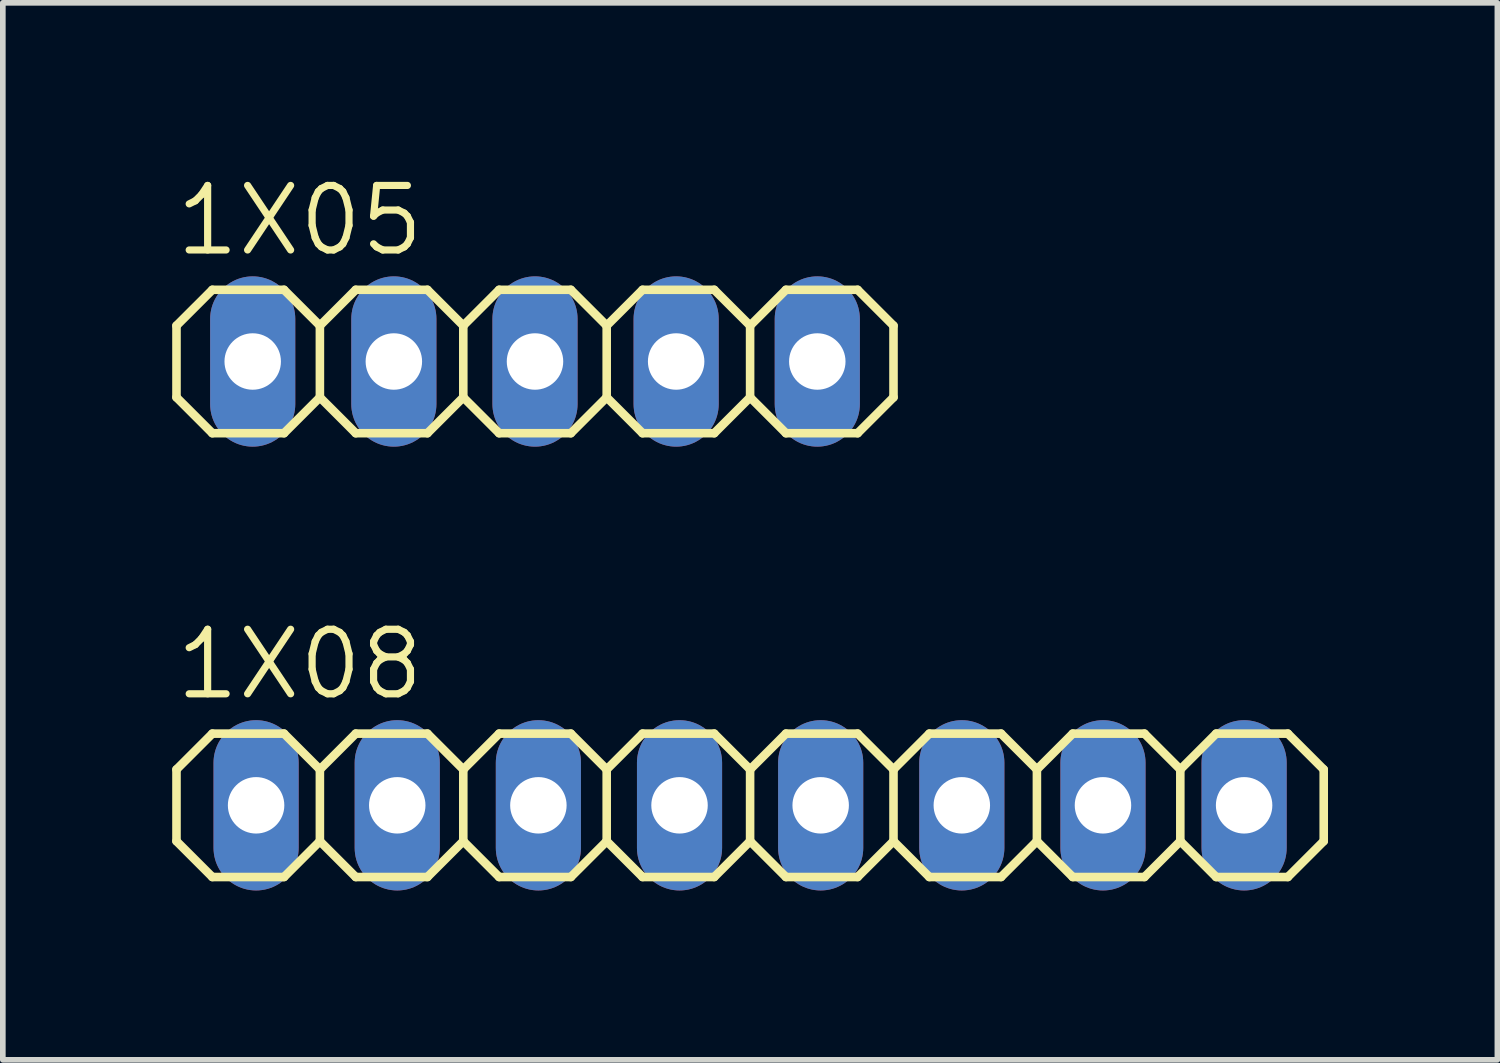
<source format=kicad_pcb>
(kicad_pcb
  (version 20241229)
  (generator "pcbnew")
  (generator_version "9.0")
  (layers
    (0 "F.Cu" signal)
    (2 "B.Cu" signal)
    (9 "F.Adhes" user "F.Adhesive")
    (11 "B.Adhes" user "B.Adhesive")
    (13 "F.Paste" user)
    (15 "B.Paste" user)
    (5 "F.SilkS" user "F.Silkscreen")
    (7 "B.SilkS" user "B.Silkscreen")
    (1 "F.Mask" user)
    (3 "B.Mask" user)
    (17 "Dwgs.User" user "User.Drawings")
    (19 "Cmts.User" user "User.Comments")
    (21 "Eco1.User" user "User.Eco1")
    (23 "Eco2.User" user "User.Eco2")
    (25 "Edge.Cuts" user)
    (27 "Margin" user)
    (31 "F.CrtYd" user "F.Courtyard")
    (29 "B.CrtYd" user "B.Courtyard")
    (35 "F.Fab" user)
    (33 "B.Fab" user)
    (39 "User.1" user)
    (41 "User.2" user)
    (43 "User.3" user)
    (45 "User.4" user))
  (footprint "1X05"
    (layer "F.Cu")
    (at 6.426 3.353)
    (property "Reference" "1X05" (at -6.426 -1.829 0) (layer "F.SilkS") (effects (font (size 1.143 1.143) (thickness 0.127)) (justify left bottom)))
    (fp_line (start -6.35 -0.635) (end -6.35 0.635) (stroke (width 0.152) (type solid)) (layer "F.SilkS"))
    (fp_line (start -6.35 0.635) (end -5.715 1.27) (stroke (width 0.152) (type solid)) (layer "F.SilkS"))
    (fp_line (start -5.715 -1.27) (end -6.35 -0.635) (stroke (width 0.152) (type solid)) (layer "F.SilkS"))
    (fp_line (start -5.715 -1.27) (end -4.445 -1.27) (stroke (width 0.152) (type solid)) (layer "F.SilkS"))
    (fp_line (start -4.445 -1.27) (end -3.81 -0.635) (stroke (width 0.152) (type solid)) (layer "F.SilkS"))
    (fp_line (start -4.445 1.27) (end -5.715 1.27) (stroke (width 0.152) (type solid)) (layer "F.SilkS"))
    (fp_line (start -3.81 -0.635) (end -3.81 0.635) (stroke (width 0.152) (type solid)) (layer "F.SilkS"))
    (fp_line (start -3.81 -0.635) (end -3.175 -1.27) (stroke (width 0.152) (type solid)) (layer "F.SilkS"))
    (fp_line (start -3.81 0.635) (end -4.445 1.27) (stroke (width 0.152) (type solid)) (layer "F.SilkS"))
    (fp_line (start -3.175 -1.27) (end -1.905 -1.27) (stroke (width 0.152) (type solid)) (layer "F.SilkS"))
    (fp_line (start -3.175 1.27) (end -3.81 0.635) (stroke (width 0.152) (type solid)) (layer "F.SilkS"))
    (fp_line (start -1.905 -1.27) (end -1.27 -0.635) (stroke (width 0.152) (type solid)) (layer "F.SilkS"))
    (fp_line (start -1.905 1.27) (end -3.175 1.27) (stroke (width 0.152) (type solid)) (layer "F.SilkS"))
    (fp_line (start -1.27 -0.635) (end -1.27 0.635) (stroke (width 0.152) (type solid)) (layer "F.SilkS"))
    (fp_line (start -1.27 -0.635) (end -0.635 -1.27) (stroke (width 0.152) (type solid)) (layer "F.SilkS"))
    (fp_line (start -1.27 0.635) (end -1.905 1.27) (stroke (width 0.152) (type solid)) (layer "F.SilkS"))
    (fp_line (start -0.635 -1.27) (end 0.635 -1.27) (stroke (width 0.152) (type solid)) (layer "F.SilkS"))
    (fp_line (start -0.635 1.27) (end -1.27 0.635) (stroke (width 0.152) (type solid)) (layer "F.SilkS"))
    (fp_line (start 0.635 -1.27) (end 1.27 -0.635) (stroke (width 0.152) (type solid)) (layer "F.SilkS"))
    (fp_line (start 0.635 1.27) (end -0.635 1.27) (stroke (width 0.152) (type solid)) (layer "F.SilkS"))
    (fp_line (start 1.27 -0.635) (end 1.27 0.635) (stroke (width 0.152) (type solid)) (layer "F.SilkS"))
    (fp_line (start 1.27 0.635) (end 0.635 1.27) (stroke (width 0.152) (type solid)) (layer "F.SilkS"))
    (fp_line (start 1.27 0.635) (end 1.905 1.27) (stroke (width 0.152) (type solid)) (layer "F.SilkS"))
    (fp_line (start 1.905 -1.27) (end 1.27 -0.635) (stroke (width 0.152) (type solid)) (layer "F.SilkS"))
    (fp_line (start 1.905 -1.27) (end 3.175 -1.27) (stroke (width 0.152) (type solid)) (layer "F.SilkS"))
    (fp_line (start 3.175 -1.27) (end 3.81 -0.635) (stroke (width 0.152) (type solid)) (layer "F.SilkS"))
    (fp_line (start 3.175 1.27) (end 1.905 1.27) (stroke (width 0.152) (type solid)) (layer "F.SilkS"))
    (fp_line (start 3.81 -0.635) (end 3.81 0.635) (stroke (width 0.152) (type solid)) (layer "F.SilkS"))
    (fp_line (start 3.81 0.635) (end 3.175 1.27) (stroke (width 0.152) (type solid)) (layer "F.SilkS"))
    (fp_line (start 3.81 0.635) (end 4.445 1.27) (stroke (width 0.152) (type solid)) (layer "F.SilkS"))
    (fp_line (start 4.445 -1.27) (end 3.81 -0.635) (stroke (width 0.152) (type solid)) (layer "F.SilkS"))
    (fp_line (start 4.445 -1.27) (end 5.715 -1.27) (stroke (width 0.152) (type solid)) (layer "F.SilkS"))
    (fp_line (start 5.715 -1.27) (end 6.35 -0.635) (stroke (width 0.152) (type solid)) (layer "F.SilkS"))
    (fp_line (start 5.715 1.27) (end 4.445 1.27) (stroke (width 0.152) (type solid)) (layer "F.SilkS"))
    (fp_line (start 6.35 -0.635) (end 6.35 0.635) (stroke (width 0.152) (type solid)) (layer "F.SilkS"))
    (fp_line (start 6.35 0.635) (end 5.715 1.27) (stroke (width 0.152) (type solid)) (layer "F.SilkS"))
    (fp_poly (pts (xy -5.25 0.25) (xy -4.75 0.25) (xy -4.75 -0.25) (xy -5.25 -0.25)) (stroke (width 0.1) (type solid)) (fill no) (layer "F.Fab"))
    (fp_poly (pts (xy -2.75 0.25) (xy -2.25 0.25) (xy -2.25 -0.25) (xy -2.75 -0.25)) (stroke (width 0.1) (type solid)) (fill no) (layer "F.Fab"))
    (fp_poly (pts (xy -0.254 0.254) (xy 0.254 0.254) (xy 0.254 -0.254) (xy -0.254 -0.254)) (stroke (width 0.1) (type solid)) (fill no) (layer "F.Fab"))
    (fp_poly (pts (xy 2.25 0.25) (xy 2.75 0.25) (xy 2.75 -0.25) (xy 2.25 -0.25)) (stroke (width 0.1) (type solid)) (fill no) (layer "F.Fab"))
    (fp_poly (pts (xy 4.75 0.25) (xy 5.25 0.25) (xy 5.25 -0.25) (xy 4.75 -0.25)) (stroke (width 0.1) (type solid)) (fill no) (layer "F.Fab"))
    (pad "1" thru_hole oval (at -5 0 90) (size 3.016 1.508) (drill 1) (layers "*.Cu" "*.Mask"))
    (pad "2" thru_hole oval (at -2.5 0 90) (size 3.016 1.508) (drill 1) (layers "*.Cu" "*.Mask"))
    (pad "3" thru_hole oval (at 0 0 90) (size 3.016 1.508) (drill 1) (layers "*.Cu" "*.Mask"))
    (pad "4" thru_hole oval (at 2.5 0 90) (size 3.016 1.508) (drill 1) (layers "*.Cu" "*.Mask"))
    (pad "5" thru_hole oval (at 5 0 90) (size 3.016 1.508) (drill 1) (layers "*.Cu" "*.Mask")))
  (footprint "1X08"
    (layer "F.Cu")
    (at 10.236 11.214)
    (property "Reference" "1X08" (at -10.236 -1.829 0) (layer "F.SilkS") (effects (font (size 1.143 1.143) (thickness 0.127)) (justify left bottom)))
    (fp_line (start -10.16 -0.635) (end -10.16 0.635) (stroke (width 0.152) (type solid)) (layer "F.SilkS"))
    (fp_line (start -10.16 0.635) (end -9.525 1.27) (stroke (width 0.152) (type solid)) (layer "F.SilkS"))
    (fp_line (start -9.525 -1.27) (end -10.16 -0.635) (stroke (width 0.152) (type solid)) (layer "F.SilkS"))
    (fp_line (start -9.525 -1.27) (end -8.255 -1.27) (stroke (width 0.152) (type solid)) (layer "F.SilkS"))
    (fp_line (start -8.255 -1.27) (end -7.62 -0.635) (stroke (width 0.152) (type solid)) (layer "F.SilkS"))
    (fp_line (start -8.255 1.27) (end -9.525 1.27) (stroke (width 0.152) (type solid)) (layer "F.SilkS"))
    (fp_line (start -7.62 -0.635) (end -7.62 0.635) (stroke (width 0.152) (type solid)) (layer "F.SilkS"))
    (fp_line (start -7.62 -0.635) (end -6.985 -1.27) (stroke (width 0.152) (type solid)) (layer "F.SilkS"))
    (fp_line (start -7.62 0.635) (end -8.255 1.27) (stroke (width 0.152) (type solid)) (layer "F.SilkS"))
    (fp_line (start -6.985 -1.27) (end -5.715 -1.27) (stroke (width 0.152) (type solid)) (layer "F.SilkS"))
    (fp_line (start -6.985 1.27) (end -7.62 0.635) (stroke (width 0.152) (type solid)) (layer "F.SilkS"))
    (fp_line (start -5.715 -1.27) (end -5.08 -0.635) (stroke (width 0.152) (type solid)) (layer "F.SilkS"))
    (fp_line (start -5.715 1.27) (end -6.985 1.27) (stroke (width 0.152) (type solid)) (layer "F.SilkS"))
    (fp_line (start -5.08 -0.635) (end -5.08 0.635) (stroke (width 0.152) (type solid)) (layer "F.SilkS"))
    (fp_line (start -5.08 -0.635) (end -4.445 -1.27) (stroke (width 0.152) (type solid)) (layer "F.SilkS"))
    (fp_line (start -5.08 0.635) (end -5.715 1.27) (stroke (width 0.152) (type solid)) (layer "F.SilkS"))
    (fp_line (start -4.445 -1.27) (end -3.175 -1.27) (stroke (width 0.152) (type solid)) (layer "F.SilkS"))
    (fp_line (start -4.445 1.27) (end -5.08 0.635) (stroke (width 0.152) (type solid)) (layer "F.SilkS"))
    (fp_line (start -3.175 -1.27) (end -2.54 -0.635) (stroke (width 0.152) (type solid)) (layer "F.SilkS"))
    (fp_line (start -3.175 1.27) (end -4.445 1.27) (stroke (width 0.152) (type solid)) (layer "F.SilkS"))
    (fp_line (start -2.54 -0.635) (end -2.54 0.635) (stroke (width 0.152) (type solid)) (layer "F.SilkS"))
    (fp_line (start -2.54 0.635) (end -3.175 1.27) (stroke (width 0.152) (type solid)) (layer "F.SilkS"))
    (fp_line (start -2.54 0.635) (end -1.905 1.27) (stroke (width 0.152) (type solid)) (layer "F.SilkS"))
    (fp_line (start -1.905 -1.27) (end -2.54 -0.635) (stroke (width 0.152) (type solid)) (layer "F.SilkS"))
    (fp_line (start -1.905 -1.27) (end -0.635 -1.27) (stroke (width 0.152) (type solid)) (layer "F.SilkS"))
    (fp_line (start -0.635 -1.27) (end 0 -0.635) (stroke (width 0.152) (type solid)) (layer "F.SilkS"))
    (fp_line (start -0.635 1.27) (end -1.905 1.27) (stroke (width 0.152) (type solid)) (layer "F.SilkS"))
    (fp_line (start 0 -0.635) (end 0 0.635) (stroke (width 0.152) (type solid)) (layer "F.SilkS"))
    (fp_line (start 0 -0.635) (end 0.635 -1.27) (stroke (width 0.152) (type solid)) (layer "F.SilkS"))
    (fp_line (start 0 0.635) (end -0.635 1.27) (stroke (width 0.152) (type solid)) (layer "F.SilkS"))
    (fp_line (start 0.635 -1.27) (end 1.905 -1.27) (stroke (width 0.152) (type solid)) (layer "F.SilkS"))
    (fp_line (start 0.635 1.27) (end 0 0.635) (stroke (width 0.152) (type solid)) (layer "F.SilkS"))
    (fp_line (start 1.905 -1.27) (end 2.54 -0.635) (stroke (width 0.152) (type solid)) (layer "F.SilkS"))
    (fp_line (start 1.905 1.27) (end 0.635 1.27) (stroke (width 0.152) (type solid)) (layer "F.SilkS"))
    (fp_line (start 2.54 -0.635) (end 2.54 0.635) (stroke (width 0.152) (type solid)) (layer "F.SilkS"))
    (fp_line (start 2.54 -0.635) (end 3.175 -1.27) (stroke (width 0.152) (type solid)) (layer "F.SilkS"))
    (fp_line (start 2.54 0.635) (end 1.905 1.27) (stroke (width 0.152) (type solid)) (layer "F.SilkS"))
    (fp_line (start 3.175 -1.27) (end 4.445 -1.27) (stroke (width 0.152) (type solid)) (layer "F.SilkS"))
    (fp_line (start 3.175 1.27) (end 2.54 0.635) (stroke (width 0.152) (type solid)) (layer "F.SilkS"))
    (fp_line (start 4.445 -1.27) (end 5.08 -0.635) (stroke (width 0.152) (type solid)) (layer "F.SilkS"))
    (fp_line (start 4.445 1.27) (end 3.175 1.27) (stroke (width 0.152) (type solid)) (layer "F.SilkS"))
    (fp_line (start 5.08 -0.635) (end 5.08 0.635) (stroke (width 0.152) (type solid)) (layer "F.SilkS"))
    (fp_line (start 5.08 0.635) (end 4.445 1.27) (stroke (width 0.152) (type solid)) (layer "F.SilkS"))
    (fp_line (start 5.08 0.635) (end 5.715 1.27) (stroke (width 0.152) (type solid)) (layer "F.SilkS"))
    (fp_line (start 5.715 -1.27) (end 5.08 -0.635) (stroke (width 0.152) (type solid)) (layer "F.SilkS"))
    (fp_line (start 5.715 -1.27) (end 6.985 -1.27) (stroke (width 0.152) (type solid)) (layer "F.SilkS"))
    (fp_line (start 6.985 -1.27) (end 7.62 -0.635) (stroke (width 0.152) (type solid)) (layer "F.SilkS"))
    (fp_line (start 6.985 1.27) (end 5.715 1.27) (stroke (width 0.152) (type solid)) (layer "F.SilkS"))
    (fp_line (start 7.62 -0.635) (end 7.62 0.635) (stroke (width 0.152) (type solid)) (layer "F.SilkS"))
    (fp_line (start 7.62 0.635) (end 6.985 1.27) (stroke (width 0.152) (type solid)) (layer "F.SilkS"))
    (fp_line (start 7.62 0.635) (end 8.255 1.27) (stroke (width 0.152) (type solid)) (layer "F.SilkS"))
    (fp_line (start 8.255 -1.27) (end 7.62 -0.635) (stroke (width 0.152) (type solid)) (layer "F.SilkS"))
    (fp_line (start 8.255 -1.27) (end 9.525 -1.27) (stroke (width 0.152) (type solid)) (layer "F.SilkS"))
    (fp_line (start 9.525 -1.27) (end 10.16 -0.635) (stroke (width 0.152) (type solid)) (layer "F.SilkS"))
    (fp_line (start 9.525 1.27) (end 8.255 1.27) (stroke (width 0.152) (type solid)) (layer "F.SilkS"))
    (fp_line (start 10.16 -0.635) (end 10.16 0.635) (stroke (width 0.152) (type solid)) (layer "F.SilkS"))
    (fp_line (start 10.16 0.635) (end 9.525 1.27) (stroke (width 0.152) (type solid)) (layer "F.SilkS"))
    (fp_poly (pts (xy -9 0.25) (xy -8.5 0.25) (xy -8.5 -0.25) (xy -9 -0.25)) (stroke (width 0.1) (type solid)) (fill no) (layer "F.Fab"))
    (fp_poly (pts (xy -6.5 0.25) (xy -6 0.25) (xy -6 -0.25) (xy -6.5 -0.25)) (stroke (width 0.1) (type solid)) (fill no) (layer "F.Fab"))
    (fp_poly (pts (xy -4 0.25) (xy -3.5 0.25) (xy -3.5 -0.25) (xy -4 -0.25)) (stroke (width 0.1) (type solid)) (fill no) (layer "F.Fab"))
    (fp_poly (pts (xy -4 0.25) (xy -3.5 0.25) (xy -3.5 -0.25) (xy -4 -0.25)) (stroke (width 0.1) (type solid)) (fill no) (layer "F.Fab"))
    (fp_poly (pts (xy -1.5 0.25) (xy -1 0.25) (xy -1 -0.25) (xy -1.5 -0.25)) (stroke (width 0.1) (type solid)) (fill no) (layer "F.Fab"))
    (fp_poly (pts (xy 1 0.25) (xy 1.5 0.25) (xy 1.5 -0.25) (xy 1 -0.25)) (stroke (width 0.1) (type solid)) (fill no) (layer "F.Fab"))
    (fp_poly (pts (xy 3.5 0.25) (xy 4 0.25) (xy 4 -0.25) (xy 3.5 -0.25)) (stroke (width 0.1) (type solid)) (fill no) (layer "F.Fab"))
    (fp_poly (pts (xy 6 0.25) (xy 6.5 0.25) (xy 6.5 -0.25) (xy 6 -0.25)) (stroke (width 0.1) (type solid)) (fill no) (layer "F.Fab"))
    (fp_poly (pts (xy 6 0.25) (xy 6.5 0.25) (xy 6.5 -0.25) (xy 6 -0.25)) (stroke (width 0.1) (type solid)) (fill no) (layer "F.Fab"))
    (fp_poly (pts (xy 8.5 0.25) (xy 9 0.25) (xy 9 -0.25) (xy 8.5 -0.25)) (stroke (width 0.1) (type solid)) (fill no) (layer "F.Fab"))
    (pad "1" thru_hole oval (at -8.75 0 90) (size 3.016 1.508) (drill 1) (layers "*.Cu" "*.Mask"))
    (pad "2" thru_hole oval (at -6.25 0 90) (size 3.016 1.508) (drill 1) (layers "*.Cu" "*.Mask"))
    (pad "3" thru_hole oval (at -3.75 0 90) (size 3.016 1.508) (drill 1) (layers "*.Cu" "*.Mask"))
    (pad "4" thru_hole oval (at -1.25 0 90) (size 3.016 1.508) (drill 1) (layers "*.Cu" "*.Mask"))
    (pad "5" thru_hole oval (at 1.25 0 90) (size 3.016 1.508) (drill 1) (layers "*.Cu" "*.Mask"))
    (pad "6" thru_hole oval (at 3.75 0 90) (size 3.016 1.508) (drill 1) (layers "*.Cu" "*.Mask"))
    (pad "7" thru_hole oval (at 6.25 0 90) (size 3.016 1.508) (drill 1) (layers "*.Cu" "*.Mask"))
    (pad "8" thru_hole oval (at 8.75 0 90) (size 3.016 1.508) (drill 1) (layers "*.Cu" "*.Mask")))
  (gr_rect
    (start -3 -3)
    (end 23.472 15.722)
    (stroke (width 0.1) (type default))
    (fill no)
    (layer "Edge.Cuts")))
</source>
